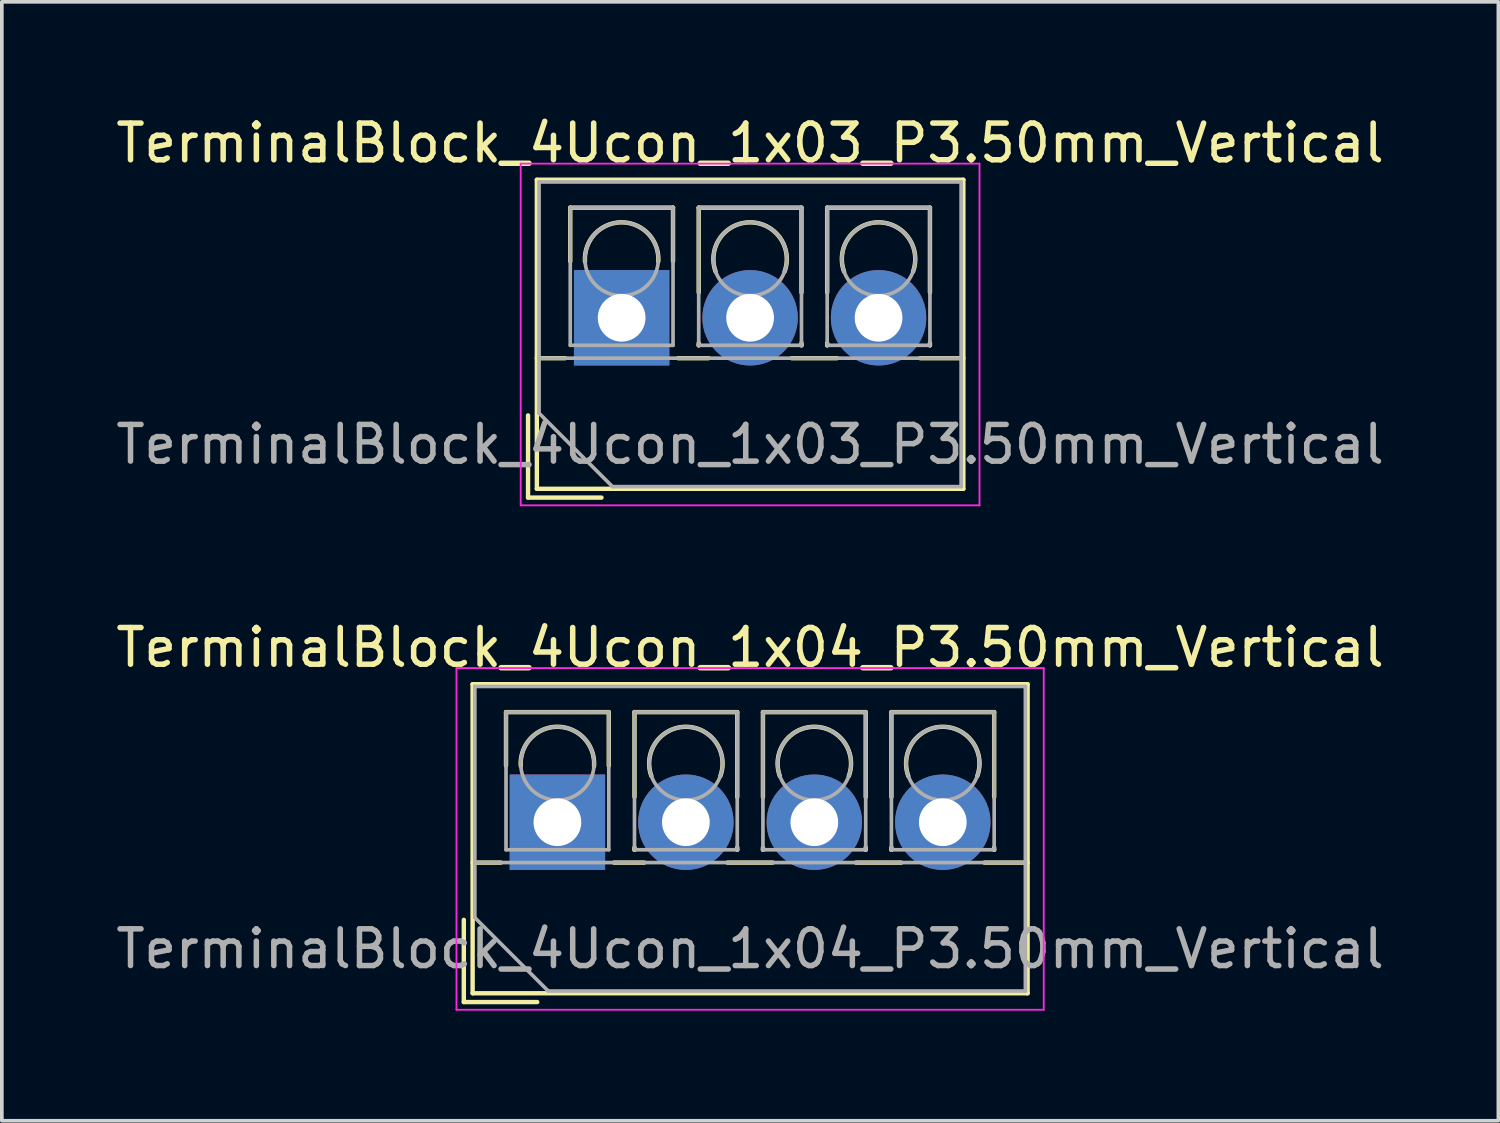
<source format=kicad_pcb>
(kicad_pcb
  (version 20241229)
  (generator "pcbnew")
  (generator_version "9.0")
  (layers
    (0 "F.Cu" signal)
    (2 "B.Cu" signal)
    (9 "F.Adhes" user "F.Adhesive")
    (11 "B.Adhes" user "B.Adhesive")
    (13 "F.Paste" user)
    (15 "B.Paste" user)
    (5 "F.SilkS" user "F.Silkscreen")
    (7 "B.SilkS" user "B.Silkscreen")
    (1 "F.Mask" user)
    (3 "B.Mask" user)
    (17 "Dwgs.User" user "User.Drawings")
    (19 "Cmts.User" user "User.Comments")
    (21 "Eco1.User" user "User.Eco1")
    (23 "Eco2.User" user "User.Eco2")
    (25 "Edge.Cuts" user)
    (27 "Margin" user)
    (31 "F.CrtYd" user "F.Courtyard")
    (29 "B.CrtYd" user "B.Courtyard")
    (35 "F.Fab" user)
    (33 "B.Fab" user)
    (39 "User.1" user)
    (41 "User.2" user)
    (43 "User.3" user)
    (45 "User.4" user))
  (footprint "TerminalBlock_4Ucon_1x03_P3.50mm_Vertical"
    (layer "F.Cu")
    (at 13.887 5.608)
    (property "Reference" "TerminalBlock_4Ucon_1x03_P3.50mm_Vertical" (at 3.5 -4.76 0) (layer "F.SilkS") (effects (font (size 1 1) (thickness 0.15))))
    (attr through_hole)
    (fp_line (start -2.55 2.66) (end -2.55 4.9) (stroke (width 0.12) (type solid)) (layer "F.SilkS"))
    (fp_line (start -2.55 4.9) (end -0.55 4.9) (stroke (width 0.12) (type solid)) (layer "F.SilkS"))
    (fp_line (start -2.31 -3.76) (end -2.31 4.66) (stroke (width 0.12) (type solid)) (layer "F.SilkS"))
    (fp_line (start -2.31 -3.76) (end 9.31 -3.76) (stroke (width 0.12) (type solid)) (layer "F.SilkS"))
    (fp_line (start -2.31 1.101) (end -1.54 1.101) (stroke (width 0.12) (type solid)) (layer "F.SilkS"))
    (fp_line (start -2.31 4.66) (end 9.31 4.66) (stroke (width 0.12) (type solid)) (layer "F.SilkS"))
    (fp_line (start -1.4 -3) (end -1.4 -1.54) (stroke (width 0.12) (type solid)) (layer "F.SilkS"))
    (fp_line (start -1.4 -3) (end 1.4 -3) (stroke (width 0.12) (type solid)) (layer "F.SilkS"))
    (fp_line (start 1.4 -3) (end 1.4 -1.54) (stroke (width 0.12) (type solid)) (layer "F.SilkS"))
    (fp_line (start 1.54 1.101) (end 2.367 1.101) (stroke (width 0.12) (type solid)) (layer "F.SilkS"))
    (fp_line (start 2.1 -3) (end 2.1 -0.689) (stroke (width 0.12) (type solid)) (layer "F.SilkS"))
    (fp_line (start 2.1 -3) (end 4.9 -3) (stroke (width 0.12) (type solid)) (layer "F.SilkS"))
    (fp_line (start 2.1 0.689) (end 2.1 0.75) (stroke (width 0.12) (type solid)) (layer "F.SilkS"))
    (fp_line (start 2.1 0.75) (end 2.101 0.75) (stroke (width 0.12) (type solid)) (layer "F.SilkS"))
    (fp_line (start 4.634 1.101) (end 5.867 1.101) (stroke (width 0.12) (type solid)) (layer "F.SilkS"))
    (fp_line (start 4.9 -3) (end 4.9 -0.689) (stroke (width 0.12) (type solid)) (layer "F.SilkS"))
    (fp_line (start 4.9 0.689) (end 4.9 0.75) (stroke (width 0.12) (type solid)) (layer "F.SilkS"))
    (fp_line (start 4.9 0.75) (end 4.9 0.75) (stroke (width 0.12) (type solid)) (layer "F.SilkS"))
    (fp_line (start 5.6 -3) (end 5.6 -0.689) (stroke (width 0.12) (type solid)) (layer "F.SilkS"))
    (fp_line (start 5.6 -3) (end 8.4 -3) (stroke (width 0.12) (type solid)) (layer "F.SilkS"))
    (fp_line (start 5.6 0.689) (end 5.6 0.75) (stroke (width 0.12) (type solid)) (layer "F.SilkS"))
    (fp_line (start 5.6 0.75) (end 5.601 0.75) (stroke (width 0.12) (type solid)) (layer "F.SilkS"))
    (fp_line (start 8.134 1.101) (end 9.31 1.101) (stroke (width 0.12) (type solid)) (layer "F.SilkS"))
    (fp_line (start 8.4 -3) (end 8.4 -0.689) (stroke (width 0.12) (type solid)) (layer "F.SilkS"))
    (fp_line (start 8.4 0.689) (end 8.4 0.75) (stroke (width 0.12) (type solid)) (layer "F.SilkS"))
    (fp_line (start 8.4 0.75) (end 8.4 0.75) (stroke (width 0.12) (type solid)) (layer "F.SilkS"))
    (fp_line (start 9.31 -3.76) (end 9.31 4.66) (stroke (width 0.12) (type solid)) (layer "F.SilkS"))
    (fp_arc (start -0.99789 -1.529434) (mid -0.000785 -2.600382) (end 0.998 -1.531) (stroke (width 0.12) (type solid)) (layer "F.SilkS"))
    (fp_arc (start 2.560085 -1.257767) (mid 3.499876 -2.600282) (end 4.44 -1.258) (stroke (width 0.12) (type solid)) (layer "F.SilkS"))
    (fp_arc (start 6.060085 -1.257767) (mid 6.999876 -2.600282) (end 7.94 -1.258) (stroke (width 0.12) (type solid)) (layer "F.SilkS"))
    (fp_line (start -2.75 -4.2) (end -2.75 5.11) (stroke (width 0.05) (type solid)) (layer "F.CrtYd"))
    (fp_line (start -2.75 5.11) (end 9.75 5.11) (stroke (width 0.05) (type solid)) (layer "F.CrtYd"))
    (fp_line (start 9.75 -4.2) (end -2.75 -4.2) (stroke (width 0.05) (type solid)) (layer "F.CrtYd"))
    (fp_line (start 9.75 5.11) (end 9.75 -4.2) (stroke (width 0.05) (type solid)) (layer "F.CrtYd"))
    (fp_line (start -2.25 -3.7) (end 9.25 -3.7) (stroke (width 0.1) (type solid)) (layer "F.Fab"))
    (fp_line (start -2.25 1.1) (end 9.25 1.1) (stroke (width 0.1) (type solid)) (layer "F.Fab"))
    (fp_line (start -2.25 2.6) (end -2.25 -3.7) (stroke (width 0.1) (type solid)) (layer "F.Fab"))
    (fp_line (start -1.4 -3) (end -1.4 0.75) (stroke (width 0.1) (type solid)) (layer "F.Fab"))
    (fp_line (start -1.4 0.75) (end 1.4 0.75) (stroke (width 0.1) (type solid)) (layer "F.Fab"))
    (fp_line (start -0.25 4.6) (end -2.25 2.6) (stroke (width 0.1) (type solid)) (layer "F.Fab"))
    (fp_line (start 1.4 -3) (end -1.4 -3) (stroke (width 0.1) (type solid)) (layer "F.Fab"))
    (fp_line (start 1.4 0.75) (end 1.4 -3) (stroke (width 0.1) (type solid)) (layer "F.Fab"))
    (fp_line (start 2.1 -3) (end 2.1 0.75) (stroke (width 0.1) (type solid)) (layer "F.Fab"))
    (fp_line (start 2.1 0.75) (end 4.9 0.75) (stroke (width 0.1) (type solid)) (layer "F.Fab"))
    (fp_line (start 4.9 -3) (end 2.1 -3) (stroke (width 0.1) (type solid)) (layer "F.Fab"))
    (fp_line (start 4.9 0.75) (end 4.9 -3) (stroke (width 0.1) (type solid)) (layer "F.Fab"))
    (fp_line (start 5.6 -3) (end 5.6 0.75) (stroke (width 0.1) (type solid)) (layer "F.Fab"))
    (fp_line (start 5.6 0.75) (end 8.4 0.75) (stroke (width 0.1) (type solid)) (layer "F.Fab"))
    (fp_line (start 8.4 -3) (end 5.6 -3) (stroke (width 0.1) (type solid)) (layer "F.Fab"))
    (fp_line (start 8.4 0.75) (end 8.4 -3) (stroke (width 0.1) (type solid)) (layer "F.Fab"))
    (fp_line (start 9.25 -3.7) (end 9.25 4.6) (stroke (width 0.1) (type solid)) (layer "F.Fab"))
    (fp_line (start 9.25 4.6) (end -0.25 4.6) (stroke (width 0.1) (type solid)) (layer "F.Fab"))
    (fp_circle (center 0 -1.6) (end 1 -1.6) (stroke (width 0.1) (type solid)) (fill no) (layer "F.Fab"))
    (fp_circle (center 3.5 -1.6) (end 4.5 -1.6) (stroke (width 0.1) (type solid)) (fill no) (layer "F.Fab"))
    (fp_circle (center 7 -1.6) (end 8 -1.6) (stroke (width 0.1) (type solid)) (fill no) (layer "F.Fab"))
    (fp_text user "${REFERENCE}" (at 3.5 3.45 0) (layer "F.Fab") (effects (font (size 1 1) (thickness 0.15))))
    (pad "1" thru_hole rect (at 0 0) (size 2.6 2.6) (drill 1.3) (layers "*.Cu" "*.Mask"))
    (pad "2" thru_hole circle (at 3.5 0) (size 2.6 2.6) (drill 1.3) (layers "*.Cu" "*.Mask"))
    (pad "3" thru_hole circle (at 7 0) (size 2.6 2.6) (drill 1.3) (layers "*.Cu" "*.Mask")))
  (footprint "TerminalBlock_4Ucon_1x04_P3.50mm_Vertical"
    (layer "F.Cu")
    (at 12.137 19.352)
    (property "Reference" "TerminalBlock_4Ucon_1x04_P3.50mm_Vertical" (at 5.25 -4.76 0) (layer "F.SilkS") (effects (font (size 1 1) (thickness 0.15))))
    (attr through_hole)
    (fp_line (start -2.55 2.66) (end -2.55 4.9) (stroke (width 0.12) (type solid)) (layer "F.SilkS"))
    (fp_line (start -2.55 4.9) (end -0.55 4.9) (stroke (width 0.12) (type solid)) (layer "F.SilkS"))
    (fp_line (start -2.31 -3.76) (end -2.31 4.66) (stroke (width 0.12) (type solid)) (layer "F.SilkS"))
    (fp_line (start -2.31 -3.76) (end 12.81 -3.76) (stroke (width 0.12) (type solid)) (layer "F.SilkS"))
    (fp_line (start -2.31 1.101) (end -1.54 1.101) (stroke (width 0.12) (type solid)) (layer "F.SilkS"))
    (fp_line (start -2.31 4.66) (end 12.81 4.66) (stroke (width 0.12) (type solid)) (layer "F.SilkS"))
    (fp_line (start -1.4 -3) (end -1.4 -1.54) (stroke (width 0.12) (type solid)) (layer "F.SilkS"))
    (fp_line (start -1.4 -3) (end 1.4 -3) (stroke (width 0.12) (type solid)) (layer "F.SilkS"))
    (fp_line (start 1.4 -3) (end 1.4 -1.54) (stroke (width 0.12) (type solid)) (layer "F.SilkS"))
    (fp_line (start 1.54 1.101) (end 2.367 1.101) (stroke (width 0.12) (type solid)) (layer "F.SilkS"))
    (fp_line (start 2.1 -3) (end 2.1 -0.689) (stroke (width 0.12) (type solid)) (layer "F.SilkS"))
    (fp_line (start 2.1 -3) (end 4.9 -3) (stroke (width 0.12) (type solid)) (layer "F.SilkS"))
    (fp_line (start 2.1 0.689) (end 2.1 0.75) (stroke (width 0.12) (type solid)) (layer "F.SilkS"))
    (fp_line (start 2.1 0.75) (end 2.101 0.75) (stroke (width 0.12) (type solid)) (layer "F.SilkS"))
    (fp_line (start 4.634 1.101) (end 5.867 1.101) (stroke (width 0.12) (type solid)) (layer "F.SilkS"))
    (fp_line (start 4.9 -3) (end 4.9 -0.689) (stroke (width 0.12) (type solid)) (layer "F.SilkS"))
    (fp_line (start 4.9 0.689) (end 4.9 0.75) (stroke (width 0.12) (type solid)) (layer "F.SilkS"))
    (fp_line (start 4.9 0.75) (end 4.9 0.75) (stroke (width 0.12) (type solid)) (layer "F.SilkS"))
    (fp_line (start 5.6 -3) (end 5.6 -0.689) (stroke (width 0.12) (type solid)) (layer "F.SilkS"))
    (fp_line (start 5.6 -3) (end 8.4 -3) (stroke (width 0.12) (type solid)) (layer "F.SilkS"))
    (fp_line (start 5.6 0.689) (end 5.6 0.75) (stroke (width 0.12) (type solid)) (layer "F.SilkS"))
    (fp_line (start 5.6 0.75) (end 5.601 0.75) (stroke (width 0.12) (type solid)) (layer "F.SilkS"))
    (fp_line (start 8.134 1.101) (end 9.367 1.101) (stroke (width 0.12) (type solid)) (layer "F.SilkS"))
    (fp_line (start 8.4 -3) (end 8.4 -0.689) (stroke (width 0.12) (type solid)) (layer "F.SilkS"))
    (fp_line (start 8.4 0.689) (end 8.4 0.75) (stroke (width 0.12) (type solid)) (layer "F.SilkS"))
    (fp_line (start 8.4 0.75) (end 8.4 0.75) (stroke (width 0.12) (type solid)) (layer "F.SilkS"))
    (fp_line (start 9.1 -3) (end 9.1 -0.689) (stroke (width 0.12) (type solid)) (layer "F.SilkS"))
    (fp_line (start 9.1 -3) (end 11.9 -3) (stroke (width 0.12) (type solid)) (layer "F.SilkS"))
    (fp_line (start 9.1 0.689) (end 9.1 0.75) (stroke (width 0.12) (type solid)) (layer "F.SilkS"))
    (fp_line (start 9.1 0.75) (end 9.101 0.75) (stroke (width 0.12) (type solid)) (layer "F.SilkS"))
    (fp_line (start 11.634 1.101) (end 12.81 1.101) (stroke (width 0.12) (type solid)) (layer "F.SilkS"))
    (fp_line (start 11.9 -3) (end 11.9 -0.689) (stroke (width 0.12) (type solid)) (layer "F.SilkS"))
    (fp_line (start 11.9 0.689) (end 11.9 0.75) (stroke (width 0.12) (type solid)) (layer "F.SilkS"))
    (fp_line (start 11.9 0.75) (end 11.9 0.75) (stroke (width 0.12) (type solid)) (layer "F.SilkS"))
    (fp_line (start 12.81 -3.76) (end 12.81 4.66) (stroke (width 0.12) (type solid)) (layer "F.SilkS"))
    (fp_arc (start -0.99789 -1.529434) (mid -0.000785 -2.600382) (end 0.998 -1.531) (stroke (width 0.12) (type solid)) (layer "F.SilkS"))
    (fp_arc (start 2.560085 -1.257767) (mid 3.499876 -2.600282) (end 4.44 -1.258) (stroke (width 0.12) (type solid)) (layer "F.SilkS"))
    (fp_arc (start 6.060085 -1.257767) (mid 6.999876 -2.600282) (end 7.94 -1.258) (stroke (width 0.12) (type solid)) (layer "F.SilkS"))
    (fp_arc (start 9.560085 -1.257767) (mid 10.499876 -2.600282) (end 11.44 -1.258) (stroke (width 0.12) (type solid)) (layer "F.SilkS"))
    (fp_line (start -2.75 -4.2) (end -2.75 5.11) (stroke (width 0.05) (type solid)) (layer "F.CrtYd"))
    (fp_line (start -2.75 5.11) (end 13.25 5.11) (stroke (width 0.05) (type solid)) (layer "F.CrtYd"))
    (fp_line (start 13.25 -4.2) (end -2.75 -4.2) (stroke (width 0.05) (type solid)) (layer "F.CrtYd"))
    (fp_line (start 13.25 5.11) (end 13.25 -4.2) (stroke (width 0.05) (type solid)) (layer "F.CrtYd"))
    (fp_line (start -2.25 -3.7) (end 12.75 -3.7) (stroke (width 0.1) (type solid)) (layer "F.Fab"))
    (fp_line (start -2.25 1.1) (end 12.75 1.1) (stroke (width 0.1) (type solid)) (layer "F.Fab"))
    (fp_line (start -2.25 2.6) (end -2.25 -3.7) (stroke (width 0.1) (type solid)) (layer "F.Fab"))
    (fp_line (start -1.4 -3) (end -1.4 0.75) (stroke (width 0.1) (type solid)) (layer "F.Fab"))
    (fp_line (start -1.4 0.75) (end 1.4 0.75) (stroke (width 0.1) (type solid)) (layer "F.Fab"))
    (fp_line (start -0.25 4.6) (end -2.25 2.6) (stroke (width 0.1) (type solid)) (layer "F.Fab"))
    (fp_line (start 1.4 -3) (end -1.4 -3) (stroke (width 0.1) (type solid)) (layer "F.Fab"))
    (fp_line (start 1.4 0.75) (end 1.4 -3) (stroke (width 0.1) (type solid)) (layer "F.Fab"))
    (fp_line (start 2.1 -3) (end 2.1 0.75) (stroke (width 0.1) (type solid)) (layer "F.Fab"))
    (fp_line (start 2.1 0.75) (end 4.9 0.75) (stroke (width 0.1) (type solid)) (layer "F.Fab"))
    (fp_line (start 4.9 -3) (end 2.1 -3) (stroke (width 0.1) (type solid)) (layer "F.Fab"))
    (fp_line (start 4.9 0.75) (end 4.9 -3) (stroke (width 0.1) (type solid)) (layer "F.Fab"))
    (fp_line (start 5.6 -3) (end 5.6 0.75) (stroke (width 0.1) (type solid)) (layer "F.Fab"))
    (fp_line (start 5.6 0.75) (end 8.4 0.75) (stroke (width 0.1) (type solid)) (layer "F.Fab"))
    (fp_line (start 8.4 -3) (end 5.6 -3) (stroke (width 0.1) (type solid)) (layer "F.Fab"))
    (fp_line (start 8.4 0.75) (end 8.4 -3) (stroke (width 0.1) (type solid)) (layer "F.Fab"))
    (fp_line (start 9.1 -3) (end 9.1 0.75) (stroke (width 0.1) (type solid)) (layer "F.Fab"))
    (fp_line (start 9.1 0.75) (end 11.9 0.75) (stroke (width 0.1) (type solid)) (layer "F.Fab"))
    (fp_line (start 11.9 -3) (end 9.1 -3) (stroke (width 0.1) (type solid)) (layer "F.Fab"))
    (fp_line (start 11.9 0.75) (end 11.9 -3) (stroke (width 0.1) (type solid)) (layer "F.Fab"))
    (fp_line (start 12.75 -3.7) (end 12.75 4.6) (stroke (width 0.1) (type solid)) (layer "F.Fab"))
    (fp_line (start 12.75 4.6) (end -0.25 4.6) (stroke (width 0.1) (type solid)) (layer "F.Fab"))
    (fp_circle (center 0 -1.6) (end 1 -1.6) (stroke (width 0.1) (type solid)) (fill no) (layer "F.Fab"))
    (fp_circle (center 3.5 -1.6) (end 4.5 -1.6) (stroke (width 0.1) (type solid)) (fill no) (layer "F.Fab"))
    (fp_circle (center 7 -1.6) (end 8 -1.6) (stroke (width 0.1) (type solid)) (fill no) (layer "F.Fab"))
    (fp_circle (center 10.5 -1.6) (end 11.5 -1.6) (stroke (width 0.1) (type solid)) (fill no) (layer "F.Fab"))
    (fp_text user "${REFERENCE}" (at 5.25 3.45 0) (layer "F.Fab") (effects (font (size 1 1) (thickness 0.15))))
    (pad "1" thru_hole rect (at 0 0) (size 2.6 2.6) (drill 1.3) (layers "*.Cu" "*.Mask"))
    (pad "2" thru_hole circle (at 3.5 0) (size 2.6 2.6) (drill 1.3) (layers "*.Cu" "*.Mask"))
    (pad "3" thru_hole circle (at 7 0) (size 2.6 2.6) (drill 1.3) (layers "*.Cu" "*.Mask"))
    (pad "4" thru_hole circle (at 10.5 0) (size 2.6 2.6) (drill 1.3) (layers "*.Cu" "*.Mask")))
  (gr_rect
    (start -3 -3)
    (end 37.774 27.486)
    (stroke (width 0.1) (type default))
    (fill no)
    (layer "Edge.Cuts")))
</source>
